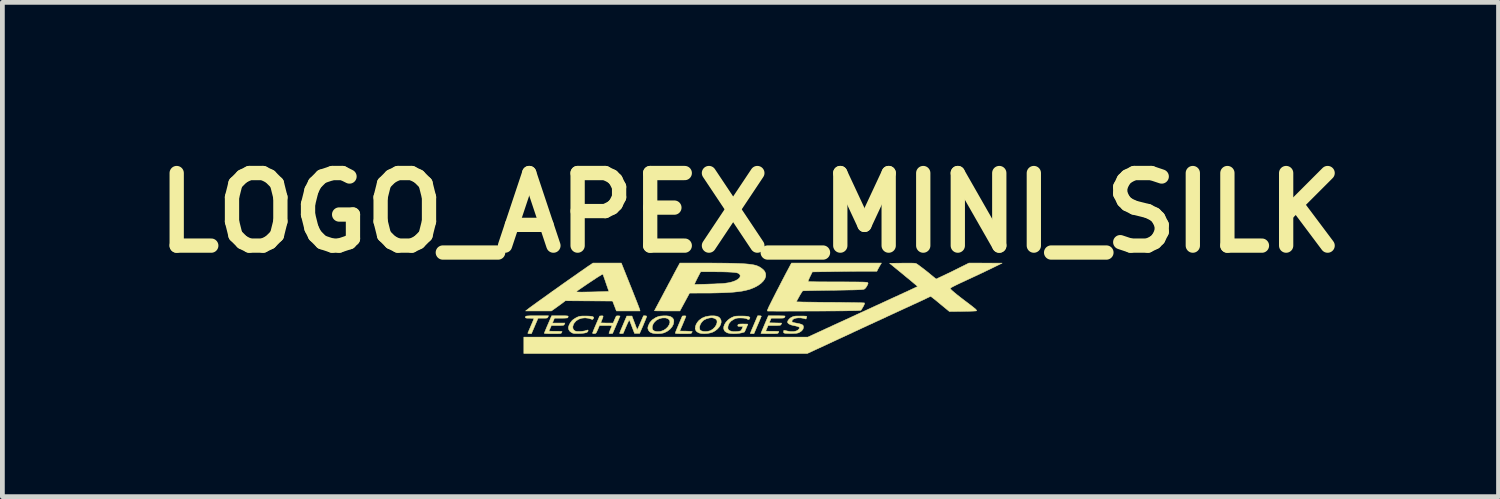
<source format=kicad_pcb>
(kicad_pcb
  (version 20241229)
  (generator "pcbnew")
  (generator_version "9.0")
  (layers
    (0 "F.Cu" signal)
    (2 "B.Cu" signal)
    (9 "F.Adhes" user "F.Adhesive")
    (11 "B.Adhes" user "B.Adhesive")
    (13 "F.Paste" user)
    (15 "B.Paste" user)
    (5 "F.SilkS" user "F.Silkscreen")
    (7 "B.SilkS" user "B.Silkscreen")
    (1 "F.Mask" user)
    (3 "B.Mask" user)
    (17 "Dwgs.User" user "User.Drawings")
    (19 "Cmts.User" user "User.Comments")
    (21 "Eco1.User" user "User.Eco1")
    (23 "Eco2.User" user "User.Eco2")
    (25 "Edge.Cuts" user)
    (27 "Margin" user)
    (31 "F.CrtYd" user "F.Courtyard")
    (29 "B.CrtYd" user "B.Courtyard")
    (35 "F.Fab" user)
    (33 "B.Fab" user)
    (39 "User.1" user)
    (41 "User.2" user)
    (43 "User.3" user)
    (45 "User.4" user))
  (footprint "LOGO_APEX_MINI_SILK"
    (layer "F.Cu")
    (at 12.907 3.418)
    (property "Reference" "LOGO_APEX_MINI_SILK" (at -0.2 -2 0) (layer "F.SilkS") (effects (font (size 1.524 1.524) (thickness 0.3))))
    (attr through_hole)
    (fp_poly (pts (xy 0.02 0.165) (xy 0.028 0.172) (xy 0.028 0.175) (xy 0.022 0.188) (xy 0.01 0.217) (xy -0.007 0.258) (xy -0.028 0.308) (xy -0.052 0.363) (xy -0.126 0.538) (xy -0.165 0.538) (xy -0.189 0.537) (xy -0.203 0.534) (xy -0.203 0.533) (xy -0.199 0.522) (xy -0.189 0.496) (xy -0.173 0.457) (xy -0.152 0.408) (xy -0.128 0.352) (xy -0.125 0.345) (xy -0.048 0.163) (xy -0.007 0.163) (xy 0.02 0.165)) (stroke (width 0.01) (type solid)) (fill yes) (layer "F.SilkS"))
    (fp_poly (pts (xy -1.568 0.165) (xy -1.555 0.169) (xy -1.554 0.171) (xy -1.558 0.183) (xy -1.569 0.211) (xy -1.585 0.25) (xy -1.605 0.298) (xy -1.619 0.332) (xy -1.684 0.483) (xy -1.553 0.485) (xy -1.504 0.487) (xy -1.464 0.489) (xy -1.435 0.491) (xy -1.423 0.493) (xy -1.422 0.494) (xy -1.427 0.506) (xy -1.433 0.519) (xy -1.438 0.526) (xy -1.447 0.531) (xy -1.462 0.535) (xy -1.487 0.537) (xy -1.525 0.538) (xy -1.579 0.538) (xy -1.611 0.538) (xy -1.675 0.538) (xy -1.722 0.537) (xy -1.753 0.535) (xy -1.771 0.532) (xy -1.778 0.527) (xy -1.778 0.525) (xy -1.774 0.512) (xy -1.763 0.483) (xy -1.747 0.443) (xy -1.726 0.393) (xy -1.704 0.34) (xy -1.63 0.168) (xy -1.592 0.164) (xy -1.568 0.165)) (stroke (width 0.01) (type solid)) (fill yes) (layer "F.SilkS"))
    (fp_poly (pts (xy -4.452 0.188) (xy -4.458 0.2) (xy -4.467 0.207) (xy -4.483 0.211) (xy -4.51 0.213) (xy -4.552 0.213) (xy -4.561 0.213) (xy -4.659 0.213) (xy -4.798 0.538) (xy -4.838 0.538) (xy -4.865 0.536) (xy -4.874 0.529) (xy -4.874 0.526) (xy -4.868 0.512) (xy -4.856 0.484) (xy -4.839 0.444) (xy -4.818 0.396) (xy -4.807 0.369) (xy -4.785 0.319) (xy -4.767 0.276) (xy -4.754 0.243) (xy -4.746 0.223) (xy -4.745 0.219) (xy -4.754 0.217) (xy -4.779 0.215) (xy -4.816 0.214) (xy -4.836 0.213) (xy -4.881 0.213) (xy -4.909 0.21) (xy -4.923 0.204) (xy -4.926 0.194) (xy -4.921 0.179) (xy -4.917 0.173) (xy -4.908 0.17) (xy -4.891 0.167) (xy -4.863 0.165) (xy -4.823 0.163) (xy -4.768 0.163) (xy -4.696 0.163) (xy -4.678 0.163) (xy -4.44 0.163) (xy -4.452 0.188)) (stroke (width 0.01) (type solid)) (fill yes) (layer "F.SilkS"))
    (fp_poly (pts (xy -2.387 0.166) (xy -2.378 0.175) (xy -2.378 0.175) (xy -2.382 0.188) (xy -2.393 0.217) (xy -2.409 0.257) (xy -2.43 0.307) (xy -2.452 0.361) (xy -2.527 0.533) (xy -2.633 0.533) (xy -2.686 0.394) (xy -2.705 0.345) (xy -2.721 0.302) (xy -2.734 0.27) (xy -2.742 0.252) (xy -2.744 0.25) (xy -2.749 0.257) (xy -2.761 0.28) (xy -2.778 0.315) (xy -2.798 0.36) (xy -2.811 0.389) (xy -2.872 0.533) (xy -2.909 0.537) (xy -2.933 0.536) (xy -2.946 0.531) (xy -2.946 0.53) (xy -2.943 0.518) (xy -2.932 0.49) (xy -2.916 0.45) (xy -2.895 0.401) (xy -2.871 0.345) (xy -2.871 0.344) (xy -2.796 0.168) (xy -2.688 0.168) (xy -2.635 0.308) (xy -2.616 0.358) (xy -2.6 0.401) (xy -2.587 0.433) (xy -2.579 0.451) (xy -2.578 0.453) (xy -2.572 0.446) (xy -2.561 0.423) (xy -2.544 0.388) (xy -2.524 0.342) (xy -2.51 0.31) (xy -2.446 0.163) (xy -2.412 0.163) (xy -2.387 0.166)) (stroke (width 0.01) (type solid)) (fill yes) (layer "F.SilkS"))
    (fp_poly (pts (xy -3.604 0.169) (xy -3.556 0.172) (xy -3.523 0.177) (xy -3.513 0.18) (xy -3.494 0.191) (xy -3.491 0.203) (xy -3.497 0.218) (xy -3.509 0.236) (xy -3.52 0.24) (xy -3.597 0.215) (xy -3.672 0.206) (xy -3.743 0.213) (xy -3.807 0.235) (xy -3.862 0.271) (xy -3.904 0.321) (xy -3.913 0.337) (xy -3.929 0.384) (xy -3.928 0.426) (xy -3.91 0.46) (xy -3.898 0.471) (xy -3.88 0.482) (xy -3.858 0.489) (xy -3.827 0.492) (xy -3.786 0.492) (xy -3.731 0.488) (xy -3.683 0.481) (xy -3.659 0.474) (xy -3.627 0.463) (xy -3.612 0.462) (xy -3.608 0.472) (xy -3.611 0.486) (xy -3.624 0.504) (xy -3.649 0.517) (xy -3.69 0.526) (xy -3.748 0.533) (xy -3.795 0.535) (xy -3.847 0.536) (xy -3.884 0.536) (xy -3.912 0.532) (xy -3.934 0.526) (xy -3.949 0.519) (xy -3.988 0.492) (xy -4.014 0.455) (xy -4.023 0.415) (xy -4.016 0.381) (xy -3.999 0.34) (xy -3.974 0.299) (xy -3.945 0.263) (xy -3.937 0.255) (xy -3.904 0.231) (xy -3.864 0.206) (xy -3.841 0.194) (xy -3.815 0.183) (xy -3.79 0.175) (xy -3.763 0.171) (xy -3.727 0.168) (xy -3.677 0.168) (xy -3.663 0.168) (xy -3.604 0.169)) (stroke (width 0.01) (type solid)) (fill yes) (layer "F.SilkS"))
    (fp_poly (pts (xy -3.296 0.168) (xy -3.294 0.182) (xy -3.302 0.207) (xy -3.317 0.244) (xy -3.33 0.276) (xy -3.339 0.3) (xy -3.343 0.31) (xy -3.333 0.312) (xy -3.307 0.313) (xy -3.268 0.314) (xy -3.221 0.315) (xy -3.212 0.315) (xy -3.082 0.315) (xy -3.053 0.246) (xy -3.038 0.212) (xy -3.025 0.184) (xy -3.018 0.17) (xy -3.017 0.169) (xy -3.003 0.165) (xy -2.978 0.164) (xy -2.974 0.164) (xy -2.937 0.168) (xy -3.094 0.533) (xy -3.132 0.537) (xy -3.156 0.536) (xy -3.169 0.532) (xy -3.17 0.53) (xy -3.166 0.517) (xy -3.156 0.49) (xy -3.142 0.455) (xy -3.139 0.449) (xy -3.125 0.414) (xy -3.114 0.387) (xy -3.109 0.372) (xy -3.109 0.371) (xy -3.118 0.369) (xy -3.145 0.368) (xy -3.183 0.366) (xy -3.231 0.366) (xy -3.24 0.366) (xy -3.37 0.366) (xy -3.405 0.45) (xy -3.423 0.489) (xy -3.435 0.514) (xy -3.446 0.528) (xy -3.459 0.534) (xy -3.477 0.536) (xy -3.478 0.537) (xy -3.505 0.536) (xy -3.515 0.528) (xy -3.515 0.526) (xy -3.511 0.513) (xy -3.5 0.485) (xy -3.484 0.444) (xy -3.463 0.394) (xy -3.44 0.34) (xy -3.366 0.168) (xy -3.329 0.164) (xy -3.307 0.164) (xy -3.296 0.168)) (stroke (width 0.01) (type solid)) (fill yes) (layer "F.SilkS"))
    (fp_poly (pts (xy -0.915 0.17) (xy -0.878 0.183) (xy -0.848 0.204) (xy -0.839 0.215) (xy -0.818 0.254) (xy -0.814 0.298) (xy -0.826 0.346) (xy -0.852 0.394) (xy -0.891 0.438) (xy -0.941 0.478) (xy -0.988 0.504) (xy -1.042 0.522) (xy -1.104 0.534) (xy -1.168 0.538) (xy -1.227 0.535) (xy -1.276 0.524) (xy -1.285 0.52) (xy -1.322 0.499) (xy -1.344 0.476) (xy -1.356 0.444) (xy -1.358 0.434) (xy -1.358 0.433) (xy -1.269 0.433) (xy -1.257 0.461) (xy -1.232 0.479) (xy -1.194 0.49) (xy -1.147 0.494) (xy -1.097 0.49) (xy -1.05 0.478) (xy -1.028 0.468) (xy -0.983 0.438) (xy -0.945 0.399) (xy -0.917 0.355) (xy -0.902 0.311) (xy -0.901 0.271) (xy -0.904 0.26) (xy -0.923 0.235) (xy -0.957 0.215) (xy -0.998 0.205) (xy -1.019 0.203) (xy -1.07 0.21) (xy -1.125 0.226) (xy -1.173 0.25) (xy -1.195 0.266) (xy -1.23 0.305) (xy -1.255 0.349) (xy -1.268 0.393) (xy -1.269 0.433) (xy -1.358 0.433) (xy -1.356 0.394) (xy -1.341 0.347) (xy -1.315 0.301) (xy -1.281 0.261) (xy -1.278 0.258) (xy -1.217 0.213) (xy -1.15 0.184) (xy -1.072 0.168) (xy -1.03 0.164) (xy -0.964 0.164) (xy -0.915 0.17)) (stroke (width 0.01) (type solid)) (fill yes) (layer "F.SilkS"))
    (fp_poly (pts (xy -1.911 0.17) (xy -1.873 0.182) (xy -1.842 0.203) (xy -1.835 0.21) (xy -1.817 0.234) (xy -1.809 0.262) (xy -1.809 0.283) (xy -1.818 0.338) (xy -1.845 0.392) (xy -1.887 0.442) (xy -1.941 0.484) (xy -2.003 0.516) (xy -2.027 0.524) (xy -2.078 0.534) (xy -2.136 0.538) (xy -2.196 0.537) (xy -2.249 0.529) (xy -2.284 0.518) (xy -2.318 0.497) (xy -2.339 0.469) (xy -2.343 0.46) (xy -2.352 0.436) (xy -2.354 0.415) (xy -2.349 0.389) (xy -2.262 0.389) (xy -2.262 0.431) (xy -2.245 0.464) (xy -2.212 0.485) (xy -2.166 0.495) (xy -2.106 0.493) (xy -2.076 0.487) (xy -2.023 0.468) (xy -1.975 0.436) (xy -1.934 0.396) (xy -1.905 0.35) (xy -1.891 0.304) (xy -1.89 0.292) (xy -1.899 0.256) (xy -1.925 0.228) (xy -1.966 0.211) (xy -1.987 0.207) (xy -2.055 0.208) (xy -2.119 0.226) (xy -2.177 0.258) (xy -2.222 0.303) (xy -2.244 0.338) (xy -2.262 0.389) (xy -2.349 0.389) (xy -2.349 0.389) (xy -2.343 0.37) (xy -2.312 0.306) (xy -2.264 0.251) (xy -2.198 0.207) (xy -2.188 0.201) (xy -2.151 0.185) (xy -2.118 0.174) (xy -2.082 0.168) (xy -2.034 0.165) (xy -2.027 0.164) (xy -1.961 0.164) (xy -1.911 0.17)) (stroke (width 0.01) (type solid)) (fill yes) (layer "F.SilkS"))
    (fp_poly (pts (xy 0.409 0.163) (xy 0.459 0.164) (xy 0.497 0.165) (xy 0.522 0.167) (xy 0.528 0.168) (xy 0.524 0.181) (xy 0.518 0.194) (xy 0.512 0.202) (xy 0.502 0.207) (xy 0.484 0.211) (xy 0.456 0.212) (xy 0.413 0.213) (xy 0.372 0.213) (xy 0.236 0.213) (xy 0.215 0.262) (xy 0.194 0.31) (xy 0.456 0.316) (xy 0.445 0.341) (xy 0.44 0.351) (xy 0.432 0.358) (xy 0.419 0.362) (xy 0.397 0.365) (xy 0.363 0.366) (xy 0.311 0.366) (xy 0.303 0.366) (xy 0.172 0.366) (xy 0.147 0.422) (xy 0.134 0.452) (xy 0.125 0.475) (xy 0.122 0.483) (xy 0.131 0.485) (xy 0.158 0.486) (xy 0.197 0.487) (xy 0.245 0.488) (xy 0.259 0.488) (xy 0.309 0.488) (xy 0.351 0.489) (xy 0.381 0.491) (xy 0.396 0.493) (xy 0.396 0.493) (xy 0.392 0.506) (xy 0.386 0.519) (xy 0.381 0.526) (xy 0.372 0.531) (xy 0.357 0.535) (xy 0.333 0.537) (xy 0.296 0.538) (xy 0.245 0.538) (xy 0.198 0.538) (xy 0.14 0.538) (xy 0.091 0.537) (xy 0.052 0.536) (xy 0.027 0.534) (xy 0.02 0.533) (xy 0.024 0.522) (xy 0.035 0.496) (xy 0.051 0.457) (xy 0.072 0.408) (xy 0.095 0.352) (xy 0.098 0.345) (xy 0.176 0.163) (xy 0.352 0.163) (xy 0.409 0.163)) (stroke (width 0.01) (type solid)) (fill yes) (layer "F.SilkS"))
    (fp_poly (pts (xy -4.134 0.163) (xy -4.087 0.163) (xy -4.056 0.165) (xy -4.037 0.167) (xy -4.028 0.171) (xy -4.027 0.176) (xy -4.027 0.179) (xy -4.033 0.198) (xy -4.034 0.204) (xy -4.043 0.207) (xy -4.07 0.21) (xy -4.109 0.212) (xy -4.159 0.213) (xy -4.174 0.213) (xy -4.315 0.213) (xy -4.336 0.264) (xy -4.358 0.315) (xy -4.095 0.315) (xy -4.106 0.34) (xy -4.112 0.351) (xy -4.119 0.358) (xy -4.132 0.362) (xy -4.154 0.365) (xy -4.189 0.366) (xy -4.239 0.366) (xy -4.249 0.366) (xy -4.379 0.366) (xy -4.404 0.423) (xy -4.418 0.453) (xy -4.427 0.476) (xy -4.43 0.484) (xy -4.42 0.485) (xy -4.394 0.486) (xy -4.355 0.487) (xy -4.307 0.488) (xy -4.293 0.488) (xy -4.242 0.488) (xy -4.201 0.489) (xy -4.171 0.491) (xy -4.156 0.493) (xy -4.155 0.493) (xy -4.16 0.506) (xy -4.166 0.519) (xy -4.171 0.526) (xy -4.18 0.531) (xy -4.194 0.535) (xy -4.219 0.537) (xy -4.255 0.538) (xy -4.307 0.538) (xy -4.355 0.538) (xy -4.422 0.538) (xy -4.47 0.537) (xy -4.503 0.535) (xy -4.522 0.532) (xy -4.529 0.528) (xy -4.529 0.526) (xy -4.523 0.513) (xy -4.511 0.484) (xy -4.494 0.443) (xy -4.473 0.393) (xy -4.449 0.338) (xy -4.374 0.163) (xy -4.198 0.163) (xy -4.134 0.163)) (stroke (width 0.01) (type solid)) (fill yes) (layer "F.SilkS"))
    (fp_poly (pts (xy 0.894 0.168) (xy 0.936 0.169) (xy 0.965 0.171) (xy 0.979 0.174) (xy 0.98 0.174) (xy 0.981 0.187) (xy 0.976 0.206) (xy 0.967 0.231) (xy 0.913 0.216) (xy 0.858 0.207) (xy 0.804 0.206) (xy 0.754 0.212) (xy 0.713 0.226) (xy 0.684 0.247) (xy 0.672 0.269) (xy 0.672 0.283) (xy 0.678 0.293) (xy 0.696 0.302) (xy 0.727 0.31) (xy 0.775 0.319) (xy 0.776 0.319) (xy 0.833 0.331) (xy 0.873 0.343) (xy 0.898 0.357) (xy 0.911 0.376) (xy 0.914 0.4) (xy 0.914 0.4) (xy 0.905 0.441) (xy 0.876 0.479) (xy 0.83 0.51) (xy 0.807 0.521) (xy 0.782 0.527) (xy 0.75 0.532) (xy 0.705 0.534) (xy 0.671 0.535) (xy 0.621 0.535) (xy 0.575 0.534) (xy 0.54 0.532) (xy 0.523 0.53) (xy 0.502 0.521) (xy 0.495 0.507) (xy 0.496 0.498) (xy 0.499 0.478) (xy 0.502 0.47) (xy 0.514 0.47) (xy 0.539 0.474) (xy 0.571 0.482) (xy 0.644 0.494) (xy 0.708 0.494) (xy 0.762 0.482) (xy 0.803 0.459) (xy 0.816 0.444) (xy 0.83 0.424) (xy 0.83 0.412) (xy 0.822 0.401) (xy 0.805 0.392) (xy 0.774 0.382) (xy 0.734 0.372) (xy 0.716 0.369) (xy 0.653 0.354) (xy 0.609 0.334) (xy 0.585 0.312) (xy 0.579 0.293) (xy 0.588 0.265) (xy 0.611 0.234) (xy 0.643 0.206) (xy 0.667 0.192) (xy 0.69 0.182) (xy 0.712 0.175) (xy 0.739 0.17) (xy 0.775 0.168) (xy 0.824 0.168) (xy 0.845 0.168) (xy 0.894 0.168)) (stroke (width 0.01) (type solid)) (fill yes) (layer "F.SilkS"))
    (fp_poly (pts (xy -2.721 -0.47) (xy -2.683 -0.376) (xy -2.648 -0.287) (xy -2.616 -0.206) (xy -2.587 -0.133) (xy -2.563 -0.071) (xy -2.544 -0.021) (xy -2.531 0.013) (xy -2.525 0.032) (xy -2.524 0.033) (xy -2.517 0.061) (xy -3.014 0.061) (xy -3.054 -0.043) (xy -3.094 -0.147) (xy -3.59 -0.15) (xy -4.086 -0.153) (xy -4.143 -0.109) (xy -4.178 -0.083) (xy -4.222 -0.051) (xy -4.268 -0.018) (xy -4.29 -0.002) (xy -4.379 0.061) (xy -4.921 0.061) (xy -4.861 0.014) (xy -4.834 -0.007) (xy -4.791 -0.038) (xy -4.736 -0.078) (xy -4.67 -0.126) (xy -4.594 -0.18) (xy -4.51 -0.24) (xy -4.421 -0.304) (xy -4.365 -0.344) (xy -3.854 -0.344) (xy -3.849 -0.34) (xy -3.832 -0.337) (xy -3.801 -0.336) (xy -3.754 -0.335) (xy -3.733 -0.335) (xy -3.679 -0.336) (xy -3.612 -0.337) (xy -3.536 -0.338) (xy -3.457 -0.34) (xy -3.386 -0.342) (xy -3.172 -0.349) (xy -3.232 -0.522) (xy -3.251 -0.579) (xy -3.269 -0.629) (xy -3.283 -0.67) (xy -3.293 -0.698) (xy -3.297 -0.709) (xy -3.307 -0.708) (xy -3.333 -0.695) (xy -3.376 -0.669) (xy -3.435 -0.632) (xy -3.51 -0.582) (xy -3.569 -0.543) (xy -3.635 -0.499) (xy -3.696 -0.457) (xy -3.75 -0.42) (xy -3.794 -0.39) (xy -3.827 -0.367) (xy -3.846 -0.353) (xy -3.85 -0.349) (xy -3.854 -0.344) (xy -4.365 -0.344) (xy -4.328 -0.37) (xy -4.232 -0.438) (xy -4.136 -0.507) (xy -4.041 -0.574) (xy -3.949 -0.638) (xy -3.862 -0.699) (xy -3.782 -0.756) (xy -3.71 -0.805) (xy -3.649 -0.848) (xy -3.6 -0.882) (xy -3.584 -0.892) (xy -3.506 -0.945) (xy -2.911 -0.945) (xy -2.721 -0.47)) (stroke (width 0.01) (type solid)) (fill yes) (layer "F.SilkS"))
    (fp_poly (pts (xy -0.326 0.169) (xy -0.273 0.173) (xy -0.24 0.18) (xy -0.237 0.181) (xy -0.216 0.192) (xy -0.21 0.203) (xy -0.216 0.219) (xy -0.226 0.237) (xy -0.239 0.242) (xy -0.259 0.236) (xy -0.277 0.226) (xy -0.303 0.217) (xy -0.34 0.211) (xy -0.391 0.209) (xy -0.402 0.209) (xy -0.449 0.209) (xy -0.482 0.212) (xy -0.51 0.219) (xy -0.538 0.231) (xy -0.554 0.239) (xy -0.608 0.275) (xy -0.647 0.321) (xy -0.669 0.373) (xy -0.674 0.407) (xy -0.671 0.439) (xy -0.657 0.461) (xy -0.63 0.478) (xy -0.595 0.489) (xy -0.563 0.494) (xy -0.523 0.495) (xy -0.48 0.493) (xy -0.441 0.488) (xy -0.411 0.481) (xy -0.399 0.475) (xy -0.388 0.458) (xy -0.374 0.431) (xy -0.371 0.424) (xy -0.355 0.386) (xy -0.411 0.386) (xy -0.445 0.385) (xy -0.462 0.38) (xy -0.466 0.368) (xy -0.461 0.351) (xy -0.455 0.344) (xy -0.44 0.339) (xy -0.414 0.336) (xy -0.371 0.335) (xy -0.355 0.335) (xy -0.312 0.336) (xy -0.279 0.336) (xy -0.258 0.338) (xy -0.254 0.339) (xy -0.258 0.349) (xy -0.268 0.373) (xy -0.282 0.407) (xy -0.289 0.422) (xy -0.324 0.503) (xy -0.383 0.52) (xy -0.434 0.53) (xy -0.493 0.536) (xy -0.554 0.538) (xy -0.612 0.535) (xy -0.661 0.527) (xy -0.687 0.519) (xy -0.717 0.502) (xy -0.741 0.482) (xy -0.745 0.476) (xy -0.761 0.438) (xy -0.76 0.393) (xy -0.744 0.346) (xy -0.714 0.298) (xy -0.674 0.254) (xy -0.623 0.216) (xy -0.587 0.197) (xy -0.559 0.185) (xy -0.534 0.176) (xy -0.508 0.171) (xy -0.475 0.169) (xy -0.431 0.168) (xy -0.396 0.168) (xy -0.326 0.169)) (stroke (width 0.01) (type solid)) (fill yes) (layer "F.SilkS"))
    (fp_poly (pts (xy -1.138 -0.945) (xy -0.967 -0.944) (xy -0.816 -0.943) (xy -0.682 -0.942) (xy -0.564 -0.939) (xy -0.462 -0.936) (xy -0.373 -0.932) (xy -0.297 -0.927) (xy -0.232 -0.921) (xy -0.177 -0.914) (xy -0.131 -0.906) (xy -0.091 -0.897) (xy -0.061 -0.887) (xy -0.013 -0.865) (xy 0.035 -0.834) (xy 0.076 -0.799) (xy 0.101 -0.768) (xy 0.12 -0.719) (xy 0.121 -0.669) (xy 0.104 -0.617) (xy 0.07 -0.567) (xy 0.021 -0.518) (xy -0.042 -0.473) (xy -0.118 -0.432) (xy -0.206 -0.397) (xy -0.239 -0.387) (xy -0.302 -0.371) (xy -0.373 -0.356) (xy -0.453 -0.345) (xy -0.543 -0.335) (xy -0.646 -0.327) (xy -0.763 -0.322) (xy -0.895 -0.318) (xy -1.044 -0.315) (xy -1.179 -0.315) (xy -1.478 -0.314) (xy -1.681 0.061) (xy -1.948 0.061) (xy -2.019 0.061) (xy -2.083 0.06) (xy -2.138 0.06) (xy -2.179 0.059) (xy -2.206 0.058) (xy -2.215 0.057) (xy -2.21 0.048) (xy -2.198 0.023) (xy -2.178 -0.014) (xy -2.153 -0.061) (xy -2.124 -0.116) (xy -2.115 -0.133) (xy -2.082 -0.194) (xy -2.043 -0.268) (xy -1.999 -0.351) (xy -1.953 -0.437) (xy -1.922 -0.495) (xy -1.374 -0.495) (xy -1.116 -0.501) (xy -1.039 -0.504) (xy -0.961 -0.506) (xy -0.888 -0.51) (xy -0.824 -0.513) (xy -0.773 -0.516) (xy -0.752 -0.518) (xy -0.663 -0.53) (xy -0.584 -0.549) (xy -0.518 -0.573) (xy -0.465 -0.602) (xy -0.43 -0.634) (xy -0.42 -0.65) (xy -0.414 -0.681) (xy -0.427 -0.71) (xy -0.456 -0.731) (xy -0.456 -0.731) (xy -0.485 -0.74) (xy -0.53 -0.747) (xy -0.594 -0.753) (xy -0.676 -0.757) (xy -0.776 -0.76) (xy -0.896 -0.761) (xy -0.96 -0.762) (xy -1.245 -0.762) (xy -1.302 -0.653) (xy -1.325 -0.608) (xy -1.345 -0.568) (xy -1.36 -0.536) (xy -1.367 -0.519) (xy -1.374 -0.495) (xy -1.922 -0.495) (xy -1.908 -0.522) (xy -1.872 -0.589) (xy -1.835 -0.659) (xy -1.8 -0.726) (xy -1.768 -0.785) (xy -1.741 -0.836) (xy -1.72 -0.874) (xy -1.707 -0.898) (xy -1.705 -0.902) (xy -1.681 -0.945) (xy -1.138 -0.945)) (stroke (width 0.01) (type solid)) (fill yes) (layer "F.SilkS"))
    (fp_poly (pts (xy 4.737 -0.944) (xy 5.085 -0.943) (xy 4.892 -0.848) (xy 4.82 -0.813) (xy 4.736 -0.773) (xy 4.648 -0.731) (xy 4.562 -0.69) (xy 4.486 -0.655) (xy 4.374 -0.603) (xy 4.28 -0.559) (xy 4.202 -0.523) (xy 4.139 -0.493) (xy 4.089 -0.468) (xy 4.051 -0.449) (xy 4.024 -0.434) (xy 4.006 -0.423) (xy 3.997 -0.415) (xy 3.995 -0.41) (xy 3.995 -0.41) (xy 4.006 -0.395) (xy 4.033 -0.368) (xy 4.076 -0.331) (xy 4.135 -0.282) (xy 4.209 -0.224) (xy 4.299 -0.155) (xy 4.323 -0.137) (xy 4.393 -0.084) (xy 4.448 -0.042) (xy 4.489 -0.009) (xy 4.519 0.015) (xy 4.537 0.033) (xy 4.547 0.046) (xy 4.55 0.054) (xy 4.547 0.058) (xy 4.536 0.061) (xy 4.506 0.063) (xy 4.462 0.065) (xy 4.405 0.067) (xy 4.339 0.068) (xy 4.266 0.07) (xy 4.259 0.07) (xy 3.978 0.073) (xy 3.786 -0.085) (xy 3.733 -0.129) (xy 3.685 -0.169) (xy 3.643 -0.201) (xy 3.612 -0.226) (xy 3.591 -0.241) (xy 3.585 -0.244) (xy 3.573 -0.24) (xy 3.546 -0.228) (xy 3.512 -0.212) (xy 3.497 -0.205) (xy 3.467 -0.19) (xy 3.422 -0.169) (xy 3.364 -0.142) (xy 3.298 -0.111) (xy 3.227 -0.079) (xy 3.155 -0.045) (xy 3.108 -0.024) (xy 3.044 0.005) (xy 2.965 0.042) (xy 2.873 0.084) (xy 2.769 0.132) (xy 2.656 0.184) (xy 2.534 0.241) (xy 2.406 0.3) (xy 2.273 0.361) (xy 2.137 0.424) (xy 1.999 0.488) (xy 1.942 0.515) (xy 0.993 0.955) (xy -4.958 0.955) (xy -4.958 0.61) (xy 1.006 0.61) (xy 1.582 0.344) (xy 1.696 0.292) (xy 1.814 0.238) (xy 1.933 0.183) (xy 2.049 0.129) (xy 2.161 0.078) (xy 2.266 0.03) (xy 2.359 -0.013) (xy 2.439 -0.05) (xy 2.479 -0.068) (xy 2.57 -0.11) (xy 2.668 -0.155) (xy 2.769 -0.202) (xy 2.868 -0.247) (xy 2.959 -0.289) (xy 3.039 -0.326) (xy 3.053 -0.332) (xy 3.12 -0.363) (xy 3.18 -0.391) (xy 3.231 -0.415) (xy 3.272 -0.434) (xy 3.299 -0.447) (xy 3.31 -0.452) (xy 3.31 -0.452) (xy 3.304 -0.459) (xy 3.283 -0.477) (xy 3.249 -0.506) (xy 3.205 -0.543) (xy 3.153 -0.587) (xy 3.092 -0.636) (xy 3.027 -0.69) (xy 3.018 -0.698) (xy 2.722 -0.94) (xy 2.993 -0.943) (xy 3.076 -0.943) (xy 3.141 -0.943) (xy 3.19 -0.943) (xy 3.227 -0.942) (xy 3.253 -0.94) (xy 3.271 -0.937) (xy 3.283 -0.932) (xy 3.291 -0.928) (xy 3.326 -0.904) (xy 3.373 -0.869) (xy 3.429 -0.827) (xy 3.491 -0.779) (xy 3.554 -0.728) (xy 3.584 -0.703) (xy 3.699 -0.609) (xy 3.833 -0.672) (xy 3.884 -0.696) (xy 3.948 -0.727) (xy 4.02 -0.761) (xy 4.094 -0.798) (xy 4.165 -0.833) (xy 4.178 -0.84) (xy 4.389 -0.945) (xy 4.737 -0.944)) (stroke (width 0.01) (type solid)) (fill yes) (layer "F.SilkS"))
    (fp_poly (pts (xy 2.519 -0.892) (xy 2.499 -0.856) (xy 2.48 -0.822) (xy 2.471 -0.805) (xy 2.455 -0.772) (xy 2.22 -0.772) (xy 2.156 -0.772) (xy 2.076 -0.772) (xy 1.984 -0.771) (xy 1.882 -0.77) (xy 1.776 -0.769) (xy 1.668 -0.767) (xy 1.563 -0.766) (xy 1.542 -0.765) (xy 1.1 -0.759) (xy 1.053 -0.663) (xy 1.034 -0.623) (xy 1.02 -0.589) (xy 1.012 -0.566) (xy 1.011 -0.558) (xy 1.023 -0.556) (xy 1.053 -0.554) (xy 1.102 -0.553) (xy 1.167 -0.551) (xy 1.248 -0.55) (xy 1.345 -0.55) (xy 1.454 -0.549) (xy 1.577 -0.549) (xy 1.629 -0.549) (xy 1.763 -0.549) (xy 1.877 -0.548) (xy 1.974 -0.548) (xy 2.054 -0.547) (xy 2.119 -0.546) (xy 2.17 -0.545) (xy 2.208 -0.543) (xy 2.235 -0.541) (xy 2.251 -0.539) (xy 2.259 -0.536) (xy 2.268 -0.527) (xy 2.27 -0.516) (xy 2.263 -0.498) (xy 2.248 -0.467) (xy 2.221 -0.424) (xy 2.192 -0.398) (xy 2.189 -0.397) (xy 2.18 -0.394) (xy 2.164 -0.391) (xy 2.14 -0.388) (xy 2.107 -0.386) (xy 2.063 -0.384) (xy 2.008 -0.382) (xy 1.938 -0.38) (xy 1.854 -0.379) (xy 1.753 -0.377) (xy 1.635 -0.375) (xy 1.534 -0.373) (xy 1.423 -0.372) (xy 1.318 -0.37) (xy 1.221 -0.369) (xy 1.133 -0.367) (xy 1.056 -0.366) (xy 0.993 -0.364) (xy 0.944 -0.363) (xy 0.912 -0.362) (xy 0.898 -0.361) (xy 0.898 -0.361) (xy 0.89 -0.352) (xy 0.875 -0.328) (xy 0.854 -0.295) (xy 0.831 -0.256) (xy 0.808 -0.214) (xy 0.786 -0.175) (xy 0.769 -0.141) (xy 0.764 -0.131) (xy 0.774 -0.13) (xy 0.802 -0.129) (xy 0.847 -0.128) (xy 0.908 -0.126) (xy 0.982 -0.125) (xy 1.069 -0.124) (xy 1.166 -0.123) (xy 1.272 -0.121) (xy 1.386 -0.12) (xy 1.472 -0.12) (xy 1.59 -0.119) (xy 1.703 -0.118) (xy 1.808 -0.116) (xy 1.904 -0.115) (xy 1.989 -0.114) (xy 2.062 -0.112) (xy 2.12 -0.111) (xy 2.163 -0.109) (xy 2.188 -0.108) (xy 2.194 -0.107) (xy 2.197 -0.096) (xy 2.189 -0.072) (xy 2.169 -0.032) (xy 2.169 -0.032) (xy 2.149 0.002) (xy 2.132 0.03) (xy 2.121 0.046) (xy 2.12 0.047) (xy 2.112 0.049) (xy 2.092 0.051) (xy 2.058 0.053) (xy 2.011 0.055) (xy 1.949 0.056) (xy 1.872 0.057) (xy 1.779 0.059) (xy 1.669 0.06) (xy 1.542 0.061) (xy 1.396 0.062) (xy 1.23 0.063) (xy 1.143 0.063) (xy 1.004 0.063) (xy 0.871 0.064) (xy 0.745 0.064) (xy 0.628 0.064) (xy 0.52 0.065) (xy 0.424 0.065) (xy 0.34 0.065) (xy 0.271 0.064) (xy 0.217 0.064) (xy 0.18 0.064) (xy 0.161 0.063) (xy 0.16 0.063) (xy 0.156 0.06) (xy 0.156 0.051) (xy 0.161 0.034) (xy 0.172 0.009) (xy 0.188 -0.028) (xy 0.212 -0.076) (xy 0.243 -0.138) (xy 0.282 -0.216) (xy 0.303 -0.257) (xy 0.346 -0.342) (xy 0.392 -0.43) (xy 0.437 -0.518) (xy 0.48 -0.601) (xy 0.519 -0.676) (xy 0.552 -0.739) (xy 0.563 -0.759) (xy 0.662 -0.945) (xy 2.551 -0.945) (xy 2.519 -0.892)) (stroke (width 0.01) (type solid)) (fill yes) (layer "F.SilkS")))
  (gr_rect
    (start -3 -3)
    (end 28.415 7.378)
    (stroke (width 0.1) (type default))
    (fill no)
    (layer "Edge.Cuts")))
</source>
